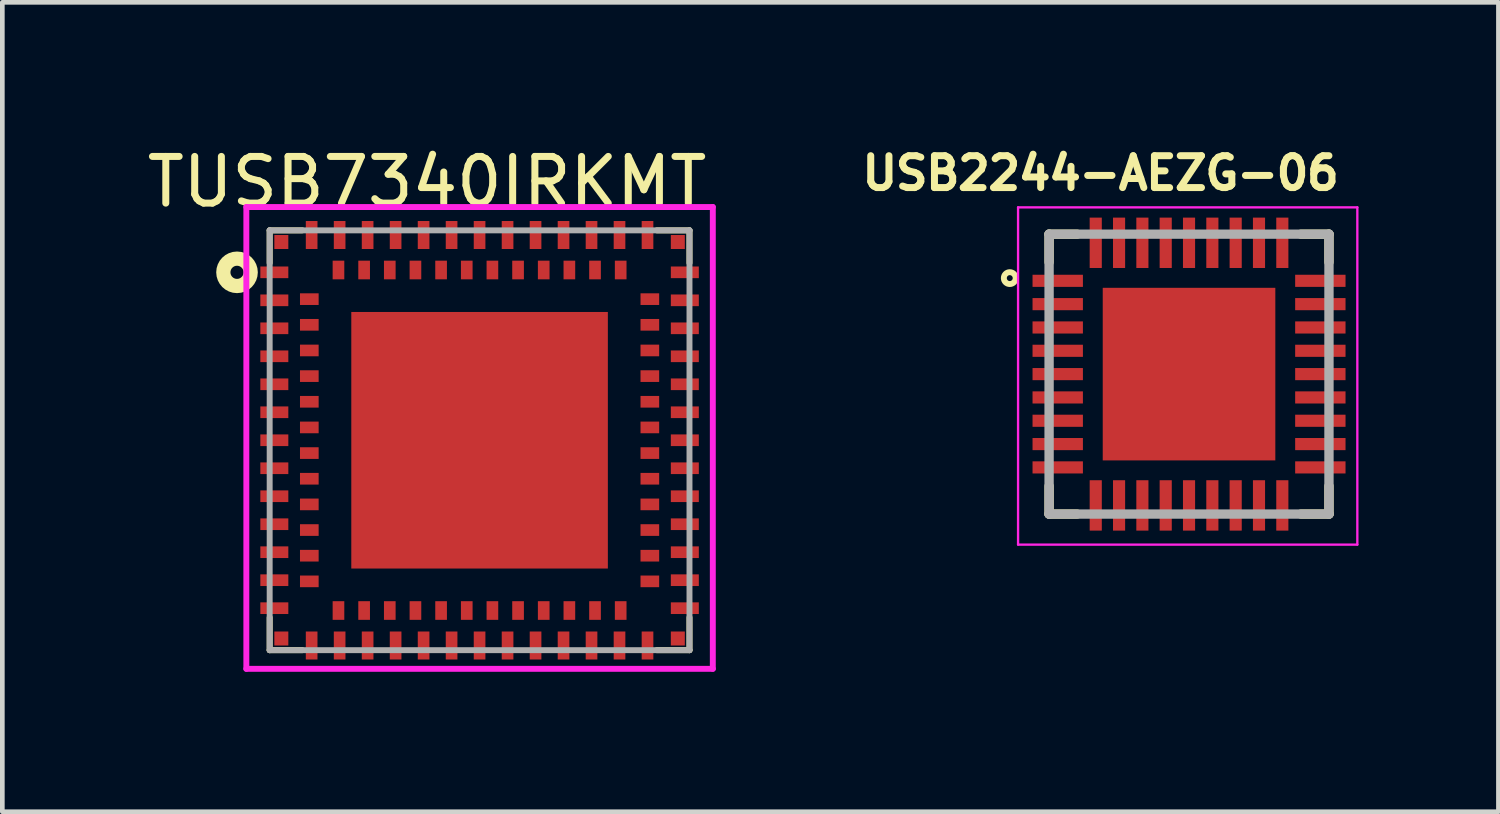
<source format=kicad_pcb>
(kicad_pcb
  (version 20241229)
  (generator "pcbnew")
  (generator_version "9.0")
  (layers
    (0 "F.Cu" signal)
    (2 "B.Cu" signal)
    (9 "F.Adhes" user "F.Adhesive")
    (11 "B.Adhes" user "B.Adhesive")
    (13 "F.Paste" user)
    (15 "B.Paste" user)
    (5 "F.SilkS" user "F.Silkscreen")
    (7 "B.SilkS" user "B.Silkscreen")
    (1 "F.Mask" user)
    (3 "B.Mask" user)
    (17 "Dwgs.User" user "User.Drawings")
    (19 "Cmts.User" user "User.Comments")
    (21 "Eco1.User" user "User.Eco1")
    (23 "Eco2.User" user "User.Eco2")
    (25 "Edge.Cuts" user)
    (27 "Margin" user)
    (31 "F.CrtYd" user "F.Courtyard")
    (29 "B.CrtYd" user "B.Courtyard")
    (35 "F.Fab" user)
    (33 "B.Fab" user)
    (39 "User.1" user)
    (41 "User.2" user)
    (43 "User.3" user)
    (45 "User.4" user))
  (footprint "TUSB7340IRKMT"
    (layer "F.Cu")
    (at 7.231 6.388)
    (property "Reference" "TUSB7340IRKMT" (at -1.126 -5.539 0) (layer "F.SilkS") (effects (font (size 1.001 1.001) (thickness 0.15))))
    (attr smd)
    (fp_line (start -4.5 -4.5) (end -3.8 -4.5) (stroke (width 0.127) (type solid)) (layer "F.SilkS"))
    (fp_line (start -4.5 -3.8) (end -4.5 -4.5) (stroke (width 0.127) (type solid)) (layer "F.SilkS"))
    (fp_line (start -4.5 3.8) (end -4.5 4.5) (stroke (width 0.127) (type solid)) (layer "F.SilkS"))
    (fp_line (start -4.5 4.5) (end -3.8 4.5) (stroke (width 0.127) (type solid)) (layer "F.SilkS"))
    (fp_line (start 3.8 -4.5) (end 4.5 -4.5) (stroke (width 0.127) (type solid)) (layer "F.SilkS"))
    (fp_line (start 4.5 -4.5) (end 4.5 -3.8) (stroke (width 0.127) (type solid)) (layer "F.SilkS"))
    (fp_line (start 4.5 3.8) (end 4.5 4.5) (stroke (width 0.127) (type solid)) (layer "F.SilkS"))
    (fp_line (start 4.5 4.5) (end 3.8 4.5) (stroke (width 0.127) (type solid)) (layer "F.SilkS"))
    (fp_circle (center -5.2 -3.6) (end -5.059 -3.6) (stroke (width 0.305) (type solid)) (fill no) (layer "F.SilkS"))
    (fp_line (start -5 -5) (end 5 -5) (stroke (width 0.127) (type solid)) (layer "F.CrtYd"))
    (fp_line (start -5 4.9) (end -5 -5) (stroke (width 0.127) (type solid)) (layer "F.CrtYd"))
    (fp_line (start 5 -5) (end 5 4.9) (stroke (width 0.127) (type solid)) (layer "F.CrtYd"))
    (fp_line (start 5 4.9) (end -5 4.9) (stroke (width 0.127) (type solid)) (layer "F.CrtYd"))
    (fp_line (start -4.5 -4.5) (end 4.5 -4.5) (stroke (width 0.127) (type solid)) (layer "F.Fab"))
    (fp_line (start -4.5 4.5) (end -4.5 -4.5) (stroke (width 0.127) (type solid)) (layer "F.Fab"))
    (fp_line (start 4.5 -4.5) (end 4.5 4.5) (stroke (width 0.127) (type solid)) (layer "F.Fab"))
    (fp_line (start 4.5 4.5) (end -4.5 4.5) (stroke (width 0.127) (type solid)) (layer "F.Fab"))
    (pad "A1" smd rect (at -4.4 -3.6) (size 0.6 0.25) (layers "F.Cu" "F.Mask" "F.Paste"))
    (pad "A2" smd rect (at -4.4 -3) (size 0.6 0.25) (layers "F.Cu" "F.Mask" "F.Paste"))
    (pad "A3" smd rect (at -4.4 -2.4) (size 0.6 0.25) (layers "F.Cu" "F.Mask" "F.Paste"))
    (pad "A4" smd rect (at -4.4 -1.8) (size 0.6 0.25) (layers "F.Cu" "F.Mask" "F.Paste"))
    (pad "A5" smd rect (at -4.4 -1.2) (size 0.6 0.25) (layers "F.Cu" "F.Mask" "F.Paste"))
    (pad "A6" smd rect (at -4.4 -0.6) (size 0.6 0.25) (layers "F.Cu" "F.Mask" "F.Paste"))
    (pad "A7" smd rect (at -4.4 0) (size 0.6 0.25) (layers "F.Cu" "F.Mask" "F.Paste"))
    (pad "A8" smd rect (at -4.4 0.6) (size 0.6 0.25) (layers "F.Cu" "F.Mask" "F.Paste"))
    (pad "A9" smd rect (at -4.4 1.2) (size 0.6 0.25) (layers "F.Cu" "F.Mask" "F.Paste"))
    (pad "A10" smd rect (at -4.4 1.8) (size 0.6 0.25) (layers "F.Cu" "F.Mask" "F.Paste"))
    (pad "A11" smd rect (at -4.4 2.4) (size 0.6 0.25) (layers "F.Cu" "F.Mask" "F.Paste"))
    (pad "A12" smd rect (at -4.4 3) (size 0.6 0.25) (layers "F.Cu" "F.Mask" "F.Paste"))
    (pad "A13" smd rect (at -4.4 3.6) (size 0.6 0.25) (layers "F.Cu" "F.Mask" "F.Paste"))
    (pad "A14" smd rect (at -3.6 4.4) (size 0.25 0.6) (layers "F.Cu" "F.Mask" "F.Paste"))
    (pad "A15" smd rect (at -3 4.4) (size 0.25 0.6) (layers "F.Cu" "F.Mask" "F.Paste"))
    (pad "A16" smd rect (at -2.4 4.4) (size 0.25 0.6) (layers "F.Cu" "F.Mask" "F.Paste"))
    (pad "A17" smd rect (at -1.8 4.4) (size 0.25 0.6) (layers "F.Cu" "F.Mask" "F.Paste"))
    (pad "A18" smd rect (at -1.2 4.4) (size 0.25 0.6) (layers "F.Cu" "F.Mask" "F.Paste"))
    (pad "A19" smd rect (at -0.6 4.4) (size 0.25 0.6) (layers "F.Cu" "F.Mask" "F.Paste"))
    (pad "A20" smd rect (at 0 4.4) (size 0.25 0.6) (layers "F.Cu" "F.Mask" "F.Paste"))
    (pad "A21" smd rect (at 0.6 4.4) (size 0.25 0.6) (layers "F.Cu" "F.Mask" "F.Paste"))
    (pad "A22" smd rect (at 1.2 4.4) (size 0.25 0.6) (layers "F.Cu" "F.Mask" "F.Paste"))
    (pad "A23" smd rect (at 1.8 4.4) (size 0.25 0.6) (layers "F.Cu" "F.Mask" "F.Paste"))
    (pad "A24" smd rect (at 2.4 4.4) (size 0.25 0.6) (layers "F.Cu" "F.Mask" "F.Paste"))
    (pad "A25" smd rect (at 3 4.4) (size 0.25 0.6) (layers "F.Cu" "F.Mask" "F.Paste"))
    (pad "A26" smd rect (at 3.6 4.4) (size 0.25 0.6) (layers "F.Cu" "F.Mask" "F.Paste"))
    (pad "A27" smd rect (at 4.4 3.6) (size 0.6 0.25) (layers "F.Cu" "F.Mask" "F.Paste"))
    (pad "A28" smd rect (at 4.4 3) (size 0.6 0.25) (layers "F.Cu" "F.Mask" "F.Paste"))
    (pad "A29" smd rect (at 4.4 2.4) (size 0.6 0.25) (layers "F.Cu" "F.Mask" "F.Paste"))
    (pad "A30" smd rect (at 4.4 1.8) (size 0.6 0.25) (layers "F.Cu" "F.Mask" "F.Paste"))
    (pad "A31" smd rect (at 4.4 1.2) (size 0.6 0.25) (layers "F.Cu" "F.Mask" "F.Paste"))
    (pad "A32" smd rect (at 4.4 0.6) (size 0.6 0.25) (layers "F.Cu" "F.Mask" "F.Paste"))
    (pad "A33" smd rect (at 4.4 0) (size 0.6 0.25) (layers "F.Cu" "F.Mask" "F.Paste"))
    (pad "A34" smd rect (at 4.4 -0.6) (size 0.6 0.25) (layers "F.Cu" "F.Mask" "F.Paste"))
    (pad "A35" smd rect (at 4.4 -1.2) (size 0.6 0.25) (layers "F.Cu" "F.Mask" "F.Paste"))
    (pad "A36" smd rect (at 4.4 -1.8) (size 0.6 0.25) (layers "F.Cu" "F.Mask" "F.Paste"))
    (pad "A37" smd rect (at 4.4 -2.4) (size 0.6 0.25) (layers "F.Cu" "F.Mask" "F.Paste"))
    (pad "A38" smd rect (at 4.4 -3) (size 0.6 0.25) (layers "F.Cu" "F.Mask" "F.Paste"))
    (pad "A39" smd rect (at 4.4 -3.6) (size 0.6 0.25) (layers "F.Cu" "F.Mask" "F.Paste"))
    (pad "A40" smd rect (at 3.6 -4.4) (size 0.25 0.6) (layers "F.Cu" "F.Mask" "F.Paste"))
    (pad "A41" smd rect (at 3 -4.4) (size 0.25 0.6) (layers "F.Cu" "F.Mask" "F.Paste"))
    (pad "A42" smd rect (at 2.4 -4.4) (size 0.25 0.6) (layers "F.Cu" "F.Mask" "F.Paste"))
    (pad "A43" smd rect (at 1.8 -4.4) (size 0.25 0.6) (layers "F.Cu" "F.Mask" "F.Paste"))
    (pad "A44" smd rect (at 1.2 -4.4) (size 0.25 0.6) (layers "F.Cu" "F.Mask" "F.Paste"))
    (pad "A45" smd rect (at 0.6 -4.4) (size 0.25 0.6) (layers "F.Cu" "F.Mask" "F.Paste"))
    (pad "A46" smd rect (at 0 -4.4) (size 0.25 0.6) (layers "F.Cu" "F.Mask" "F.Paste"))
    (pad "A47" smd rect (at -0.6 -4.4) (size 0.25 0.6) (layers "F.Cu" "F.Mask" "F.Paste"))
    (pad "A48" smd rect (at -1.2 -4.4) (size 0.25 0.6) (layers "F.Cu" "F.Mask" "F.Paste"))
    (pad "A49" smd rect (at -1.8 -4.4) (size 0.25 0.6) (layers "F.Cu" "F.Mask" "F.Paste"))
    (pad "A50" smd rect (at -2.4 -4.4) (size 0.25 0.6) (layers "F.Cu" "F.Mask" "F.Paste"))
    (pad "A51" smd rect (at -3 -4.4) (size 0.25 0.6) (layers "F.Cu" "F.Mask" "F.Paste"))
    (pad "A52" smd rect (at -3.6 -4.4) (size 0.25 0.6) (layers "F.Cu" "F.Mask" "F.Paste"))
    (pad "B1" smd rect (at -3.65 -3.025) (size 0.4 0.25) (layers "F.Cu" "F.Mask" "F.Paste"))
    (pad "B2" smd rect (at -3.65 -2.475) (size 0.4 0.25) (layers "F.Cu" "F.Mask" "F.Paste"))
    (pad "B3" smd rect (at -3.65 -1.925) (size 0.4 0.25) (layers "F.Cu" "F.Mask" "F.Paste"))
    (pad "B4" smd rect (at -3.65 -1.375) (size 0.4 0.25) (layers "F.Cu" "F.Mask" "F.Paste"))
    (pad "B5" smd rect (at -3.65 -0.825) (size 0.4 0.25) (layers "F.Cu" "F.Mask" "F.Paste"))
    (pad "B6" smd rect (at -3.65 -0.275) (size 0.4 0.25) (layers "F.Cu" "F.Mask" "F.Paste"))
    (pad "B7" smd rect (at -3.65 0.275) (size 0.4 0.25) (layers "F.Cu" "F.Mask" "F.Paste"))
    (pad "B8" smd rect (at -3.65 0.825) (size 0.4 0.25) (layers "F.Cu" "F.Mask" "F.Paste"))
    (pad "B9" smd rect (at -3.65 1.375) (size 0.4 0.25) (layers "F.Cu" "F.Mask" "F.Paste"))
    (pad "B10" smd rect (at -3.65 1.925) (size 0.4 0.25) (layers "F.Cu" "F.Mask" "F.Paste"))
    (pad "B11" smd rect (at -3.65 2.475) (size 0.4 0.25) (layers "F.Cu" "F.Mask" "F.Paste"))
    (pad "B12" smd rect (at -3.65 3.025) (size 0.4 0.25) (layers "F.Cu" "F.Mask" "F.Paste"))
    (pad "B13" smd rect (at -3.025 3.65) (size 0.25 0.4) (layers "F.Cu" "F.Mask" "F.Paste"))
    (pad "B14" smd rect (at -2.475 3.65) (size 0.25 0.4) (layers "F.Cu" "F.Mask" "F.Paste"))
    (pad "B15" smd rect (at -1.925 3.65) (size 0.25 0.4) (layers "F.Cu" "F.Mask" "F.Paste"))
    (pad "B16" smd rect (at -1.375 3.65) (size 0.25 0.4) (layers "F.Cu" "F.Mask" "F.Paste"))
    (pad "B17" smd rect (at -0.825 3.65) (size 0.25 0.4) (layers "F.Cu" "F.Mask" "F.Paste"))
    (pad "B18" smd rect (at -0.275 3.65) (size 0.25 0.4) (layers "F.Cu" "F.Mask" "F.Paste"))
    (pad "B19" smd rect (at 0.275 3.65) (size 0.25 0.4) (layers "F.Cu" "F.Mask" "F.Paste"))
    (pad "B20" smd rect (at 0.825 3.65) (size 0.25 0.4) (layers "F.Cu" "F.Mask" "F.Paste"))
    (pad "B21" smd rect (at 1.375 3.65) (size 0.25 0.4) (layers "F.Cu" "F.Mask" "F.Paste"))
    (pad "B22" smd rect (at 1.925 3.65) (size 0.25 0.4) (layers "F.Cu" "F.Mask" "F.Paste"))
    (pad "B23" smd rect (at 2.475 3.65) (size 0.25 0.4) (layers "F.Cu" "F.Mask" "F.Paste"))
    (pad "B24" smd rect (at 3.025 3.65) (size 0.25 0.4) (layers "F.Cu" "F.Mask" "F.Paste"))
    (pad "B25" smd rect (at 3.65 3.025) (size 0.4 0.25) (layers "F.Cu" "F.Mask" "F.Paste"))
    (pad "B26" smd rect (at 3.65 2.475) (size 0.4 0.25) (layers "F.Cu" "F.Mask" "F.Paste"))
    (pad "B27" smd rect (at 3.65 1.925) (size 0.4 0.25) (layers "F.Cu" "F.Mask" "F.Paste"))
    (pad "B28" smd rect (at 3.65 1.375) (size 0.4 0.25) (layers "F.Cu" "F.Mask" "F.Paste"))
    (pad "B29" smd rect (at 3.65 0.825) (size 0.4 0.25) (layers "F.Cu" "F.Mask" "F.Paste"))
    (pad "B30" smd rect (at 3.65 0.275) (size 0.4 0.25) (layers "F.Cu" "F.Mask" "F.Paste"))
    (pad "B31" smd rect (at 3.65 -0.275) (size 0.4 0.25) (layers "F.Cu" "F.Mask" "F.Paste"))
    (pad "B32" smd rect (at 3.65 -0.825) (size 0.4 0.25) (layers "F.Cu" "F.Mask" "F.Paste"))
    (pad "B33" smd rect (at 3.65 -1.375) (size 0.4 0.25) (layers "F.Cu" "F.Mask" "F.Paste"))
    (pad "B34" smd rect (at 3.65 -1.925) (size 0.4 0.25) (layers "F.Cu" "F.Mask" "F.Paste"))
    (pad "B35" smd rect (at 3.65 -2.475) (size 0.4 0.25) (layers "F.Cu" "F.Mask" "F.Paste"))
    (pad "B36" smd rect (at 3.65 -3.025) (size 0.4 0.25) (layers "F.Cu" "F.Mask" "F.Paste"))
    (pad "B37" smd rect (at 3.025 -3.65) (size 0.25 0.4) (layers "F.Cu" "F.Mask" "F.Paste"))
    (pad "B38" smd rect (at 2.475 -3.65) (size 0.25 0.4) (layers "F.Cu" "F.Mask" "F.Paste"))
    (pad "B39" smd rect (at 1.925 -3.65) (size 0.25 0.4) (layers "F.Cu" "F.Mask" "F.Paste"))
    (pad "B40" smd rect (at 1.375 -3.65) (size 0.25 0.4) (layers "F.Cu" "F.Mask" "F.Paste"))
    (pad "B41" smd rect (at 0.825 -3.65) (size 0.25 0.4) (layers "F.Cu" "F.Mask" "F.Paste"))
    (pad "B42" smd rect (at 0.275 -3.65) (size 0.25 0.4) (layers "F.Cu" "F.Mask" "F.Paste"))
    (pad "B43" smd rect (at -0.275 -3.65) (size 0.25 0.4) (layers "F.Cu" "F.Mask" "F.Paste"))
    (pad "B44" smd rect (at -0.825 -3.65) (size 0.25 0.4) (layers "F.Cu" "F.Mask" "F.Paste"))
    (pad "B45" smd rect (at -1.375 -3.65) (size 0.25 0.4) (layers "F.Cu" "F.Mask" "F.Paste"))
    (pad "B46" smd rect (at -1.925 -3.65) (size 0.25 0.4) (layers "F.Cu" "F.Mask" "F.Paste"))
    (pad "B47" smd rect (at -2.475 -3.65) (size 0.25 0.4) (layers "F.Cu" "F.Mask" "F.Paste"))
    (pad "B48" smd rect (at -3.025 -3.65) (size 0.25 0.4) (layers "F.Cu" "F.Mask" "F.Paste"))
    (pad "C1" smd rect (at -4.25 -4.25) (size 0.3 0.3) (layers "F.Cu" "F.Mask" "F.Paste"))
    (pad "C2" smd rect (at -4.25 4.25) (size 0.3 0.3) (layers "F.Cu" "F.Mask" "F.Paste"))
    (pad "C3" smd rect (at 4.25 4.25) (size 0.3 0.3) (layers "F.Cu" "F.Mask" "F.Paste"))
    (pad "C4" smd rect (at 4.25 -4.25) (size 0.3 0.3) (layers "F.Cu" "F.Mask" "F.Paste"))
    (pad "PAD" smd rect (at 0 0) (size 5.5 5.5) (layers "F.Cu" "F.Mask" "F.Paste")))
  (footprint "USB2244-AEZG-06"
    (layer "F.Cu")
    (at 22.44 4.97)
    (property "Reference" "USB2244-AEZG-06" (at -1.896 -4.307 0) (layer "F.SilkS") (effects (font (size 0.683 0.683) (thickness 0.15))))
    (attr smd)
    (fp_line (start -3 -3) (end -2.4 -3) (stroke (width 0.2) (type solid)) (layer "F.SilkS"))
    (fp_line (start -3 -2.4) (end -3 -3) (stroke (width 0.2) (type solid)) (layer "F.SilkS"))
    (fp_line (start -3 2.4) (end -3 3) (stroke (width 0.2) (type solid)) (layer "F.SilkS"))
    (fp_line (start -3 3) (end -2.4 3) (stroke (width 0.2) (type solid)) (layer "F.SilkS"))
    (fp_line (start 2.4 -3) (end 3 -3) (stroke (width 0.2) (type solid)) (layer "F.SilkS"))
    (fp_line (start 2.4 3) (end 3 3) (stroke (width 0.2) (type solid)) (layer "F.SilkS"))
    (fp_line (start 3 -3) (end 3 -2.4) (stroke (width 0.2) (type solid)) (layer "F.SilkS"))
    (fp_line (start 3 3) (end 3 2.4) (stroke (width 0.2) (type solid)) (layer "F.SilkS"))
    (fp_circle (center -3.843 -2.058) (end -3.716 -2.058) (stroke (width 0.127) (type solid)) (fill no) (layer "F.SilkS"))
    (fp_poly (pts (xy -1.244 -1.17) (xy 1.17 -1.17) (xy 1.17 1.244) (xy -1.244 1.244)) (stroke (width 0.01) (type solid)) (fill yes) (layer "F.Paste"))
    (fp_line (start -3.665 -3.575) (end 3.608 -3.575) (stroke (width 0.05) (type solid)) (layer "F.CrtYd"))
    (fp_line (start -3.665 3.655) (end -3.665 -3.575) (stroke (width 0.05) (type solid)) (layer "F.CrtYd"))
    (fp_line (start 3.608 -3.575) (end 3.608 3.655) (stroke (width 0.05) (type solid)) (layer "F.CrtYd"))
    (fp_line (start 3.608 3.655) (end -3.665 3.655) (stroke (width 0.05) (type solid)) (layer "F.CrtYd"))
    (fp_line (start -3 3) (end -3 -3) (stroke (width 0.127) (type solid)) (layer "F.Fab"))
    (fp_line (start -3 3) (end -3 -3) (stroke (width 0.2) (type solid)) (layer "F.Fab"))
    (fp_line (start 3 -3) (end -3 -3) (stroke (width 0.2) (type solid)) (layer "F.Fab"))
    (fp_line (start 3 3) (end -3 3) (stroke (width 0.2) (type solid)) (layer "F.Fab"))
    (fp_line (start 3 3) (end 3 -3) (stroke (width 0.2) (type solid)) (layer "F.Fab"))
    (pad "1" smd rect (at -2.815 -2 90) (size 0.26 1.08) (layers "F.Cu" "F.Mask" "F.Paste"))
    (pad "2" smd rect (at -2.815 -1.5 90) (size 0.26 1.08) (layers "F.Cu" "F.Mask" "F.Paste"))
    (pad "3" smd rect (at -2.815 -1 90) (size 0.26 1.08) (layers "F.Cu" "F.Mask" "F.Paste"))
    (pad "4" smd rect (at -2.815 -0.5 90) (size 0.26 1.08) (layers "F.Cu" "F.Mask" "F.Paste"))
    (pad "5" smd rect (at -2.815 0 90) (size 0.26 1.08) (layers "F.Cu" "F.Mask" "F.Paste"))
    (pad "6" smd rect (at -2.815 0.5 90) (size 0.26 1.08) (layers "F.Cu" "F.Mask" "F.Paste"))
    (pad "7" smd rect (at -2.815 1 90) (size 0.26 1.08) (layers "F.Cu" "F.Mask" "F.Paste"))
    (pad "8" smd rect (at -2.815 1.5 90) (size 0.26 1.08) (layers "F.Cu" "F.Mask" "F.Paste"))
    (pad "9" smd rect (at -2.815 2 90) (size 0.26 1.08) (layers "F.Cu" "F.Mask" "F.Paste"))
    (pad "10" smd rect (at -2 2.815 180) (size 0.26 1.08) (layers "F.Cu" "F.Mask" "F.Paste"))
    (pad "11" smd rect (at -1.5 2.815 180) (size 0.26 1.08) (layers "F.Cu" "F.Mask" "F.Paste"))
    (pad "12" smd rect (at -1 2.815 180) (size 0.26 1.08) (layers "F.Cu" "F.Mask" "F.Paste"))
    (pad "13" smd rect (at -0.5 2.815 180) (size 0.26 1.08) (layers "F.Cu" "F.Mask" "F.Paste"))
    (pad "14" smd rect (at 0 2.815 180) (size 0.26 1.08) (layers "F.Cu" "F.Mask" "F.Paste"))
    (pad "15" smd rect (at 0.5 2.815 180) (size 0.26 1.08) (layers "F.Cu" "F.Mask" "F.Paste"))
    (pad "16" smd rect (at 1 2.815 180) (size 0.26 1.08) (layers "F.Cu" "F.Mask" "F.Paste"))
    (pad "17" smd rect (at 1.5 2.815 180) (size 0.26 1.08) (layers "F.Cu" "F.Mask" "F.Paste"))
    (pad "18" smd rect (at 2 2.815 180) (size 0.26 1.08) (layers "F.Cu" "F.Mask" "F.Paste"))
    (pad "19" smd rect (at 2.815 2 270) (size 0.26 1.08) (layers "F.Cu" "F.Mask" "F.Paste"))
    (pad "20" smd rect (at 2.815 1.5 270) (size 0.26 1.08) (layers "F.Cu" "F.Mask" "F.Paste"))
    (pad "21" smd rect (at 2.815 1 270) (size 0.26 1.08) (layers "F.Cu" "F.Mask" "F.Paste"))
    (pad "22" smd rect (at 2.815 0.5 270) (size 0.26 1.08) (layers "F.Cu" "F.Mask" "F.Paste"))
    (pad "23" smd rect (at 2.815 0 270) (size 0.26 1.08) (layers "F.Cu" "F.Mask" "F.Paste"))
    (pad "24" smd rect (at 2.815 -0.5 270) (size 0.26 1.08) (layers "F.Cu" "F.Mask" "F.Paste"))
    (pad "25" smd rect (at 2.815 -1 270) (size 0.26 1.08) (layers "F.Cu" "F.Mask" "F.Paste"))
    (pad "26" smd rect (at 2.815 -1.5 270) (size 0.26 1.08) (layers "F.Cu" "F.Mask" "F.Paste"))
    (pad "27" smd rect (at 2.815 -2 270) (size 0.26 1.08) (layers "F.Cu" "F.Mask" "F.Paste"))
    (pad "28" smd rect (at 2 -2.815) (size 0.26 1.08) (layers "F.Cu" "F.Mask" "F.Paste"))
    (pad "29" smd rect (at 1.5 -2.815) (size 0.26 1.08) (layers "F.Cu" "F.Mask" "F.Paste"))
    (pad "30" smd rect (at 1 -2.815) (size 0.26 1.08) (layers "F.Cu" "F.Mask" "F.Paste"))
    (pad "31" smd rect (at 0.5 -2.815) (size 0.26 1.08) (layers "F.Cu" "F.Mask" "F.Paste"))
    (pad "32" smd rect (at 0 -2.815) (size 0.26 1.08) (layers "F.Cu" "F.Mask" "F.Paste"))
    (pad "33" smd rect (at -0.5 -2.815) (size 0.26 1.08) (layers "F.Cu" "F.Mask" "F.Paste"))
    (pad "34" smd rect (at -1 -2.815) (size 0.26 1.08) (layers "F.Cu" "F.Mask" "F.Paste"))
    (pad "35" smd rect (at -1.5 -2.815) (size 0.26 1.08) (layers "F.Cu" "F.Mask" "F.Paste"))
    (pad "36" smd rect (at -2 -2.815) (size 0.26 1.08) (layers "F.Cu" "F.Mask" "F.Paste"))
    (pad "37" smd rect (at 0 0) (size 3.7 3.7) (layers "F.Cu" "F.Mask")))
  (gr_rect
    (start -3 -3)
    (end 29.073 14.351)
    (stroke (width 0.1) (type default))
    (fill no)
    (layer "Edge.Cuts")))
</source>
